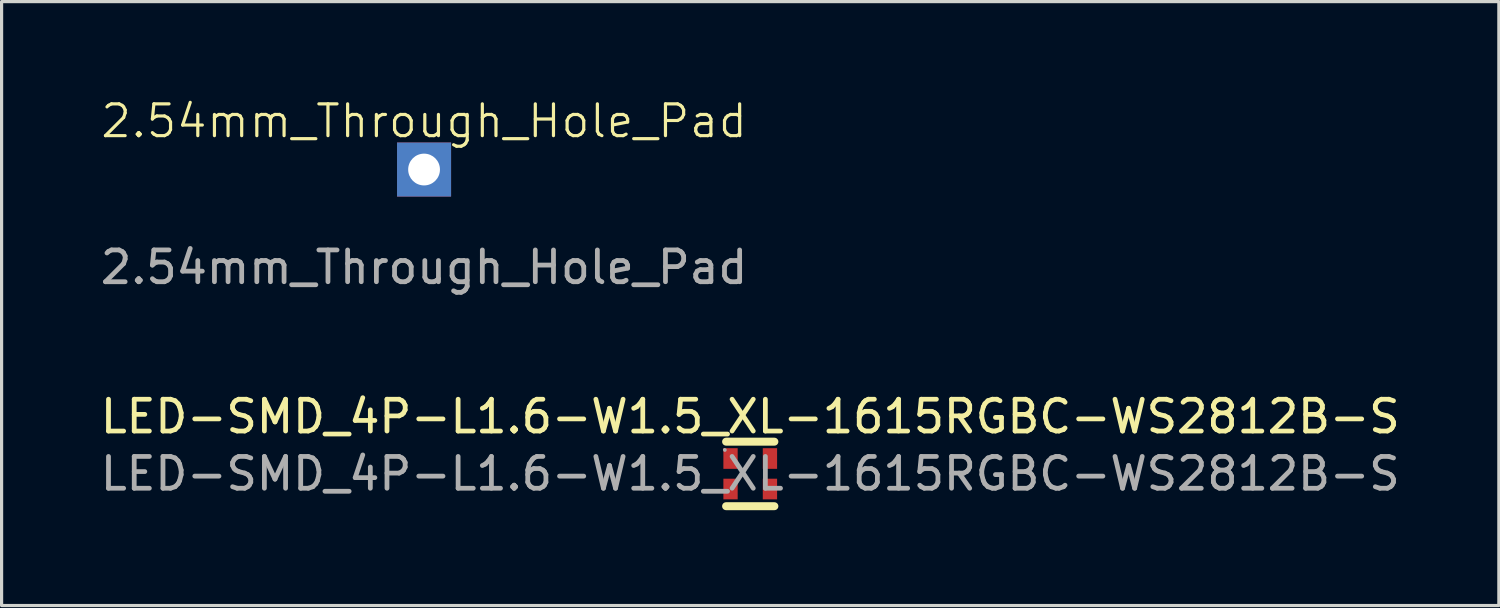
<source format=kicad_pcb>
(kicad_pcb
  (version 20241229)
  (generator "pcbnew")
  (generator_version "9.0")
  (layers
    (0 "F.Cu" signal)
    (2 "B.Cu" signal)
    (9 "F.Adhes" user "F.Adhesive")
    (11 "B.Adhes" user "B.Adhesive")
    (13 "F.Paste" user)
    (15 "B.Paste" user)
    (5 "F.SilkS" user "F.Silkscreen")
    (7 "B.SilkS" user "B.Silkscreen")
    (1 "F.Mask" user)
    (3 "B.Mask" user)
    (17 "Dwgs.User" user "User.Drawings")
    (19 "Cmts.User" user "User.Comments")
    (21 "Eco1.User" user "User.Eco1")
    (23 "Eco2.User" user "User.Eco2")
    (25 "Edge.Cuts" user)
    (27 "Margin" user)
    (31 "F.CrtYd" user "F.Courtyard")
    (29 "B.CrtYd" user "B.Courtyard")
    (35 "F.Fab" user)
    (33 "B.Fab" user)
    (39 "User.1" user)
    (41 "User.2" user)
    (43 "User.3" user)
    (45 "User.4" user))
  (footprint "LED-SMD_4P-L1.6-W1.5_XL-1615RGBC-WS2812B-S"
    (layer "F.Cu")
    (at 20.554 11.856)
    (property "Reference" "LED-SMD_4P-L1.6-W1.5_XL-1615RGBC-WS2812B-S" (at 0 -1.8 0) (layer "F.SilkS") (effects (font (size 1 1) (thickness 0.15))))
    (attr smd)
    (fp_line (start -0.76 -1.01) (end 0.76 -1.01) (stroke (width 0.25) (type solid)) (layer "F.SilkS"))
    (fp_line (start 0.76 1.02) (end -0.76 1.02) (stroke (width 0.25) (type solid)) (layer "F.SilkS"))
    (fp_circle (center -0.8 -0.75) (end -0.77 -0.75) (stroke (width 0.06) (type solid)) (fill no) (layer "F.Fab"))
    (fp_text user "${REFERENCE}" (at 0 0 0) (layer "F.Fab") (effects (font (size 1 1) (thickness 0.15))))
    (pad "1" smd rect (at -0.62 -0.48) (size 0.45 0.65) (layers "F.Cu" "F.Mask" "F.Paste"))
    (pad "2" smd rect (at 0.62 -0.48) (size 0.45 0.65) (layers "F.Cu" "F.Mask" "F.Paste"))
    (pad "3" smd rect (at -0.62 0.48) (size 0.45 0.65) (layers "F.Cu" "F.Mask" "F.Paste"))
    (pad "4" smd rect (at 0.62 0.48) (size 0.45 0.65) (layers "F.Cu" "F.Mask" "F.Paste")))
  (footprint "2.54mm_Through_Hole_Pad"
    (layer "F.Cu")
    (at 10.292 2.284)
    (property "Reference" "2.54mm_Through_Hole_Pad" (at 0 -1.524 0) (unlocked yes) (layer "F.SilkS") (effects (font (size 1 1) (thickness 0.1))))
    (attr smd)
    (fp_text user "${REFERENCE}" (at 0 3.075 0) (unlocked yes) (layer "F.Fab") (effects (font (size 1 1) (thickness 0.15))))
    (pad "1" thru_hole rect (at 0 0) (size 1.7 1.7) (drill 1) (layers "*.Cu" "*.Mask")))
  (gr_rect
    (start -3 -3)
    (end 44.107 16.001)
    (stroke (width 0.1) (type default))
    (fill no)
    (layer "Edge.Cuts")))
</source>
